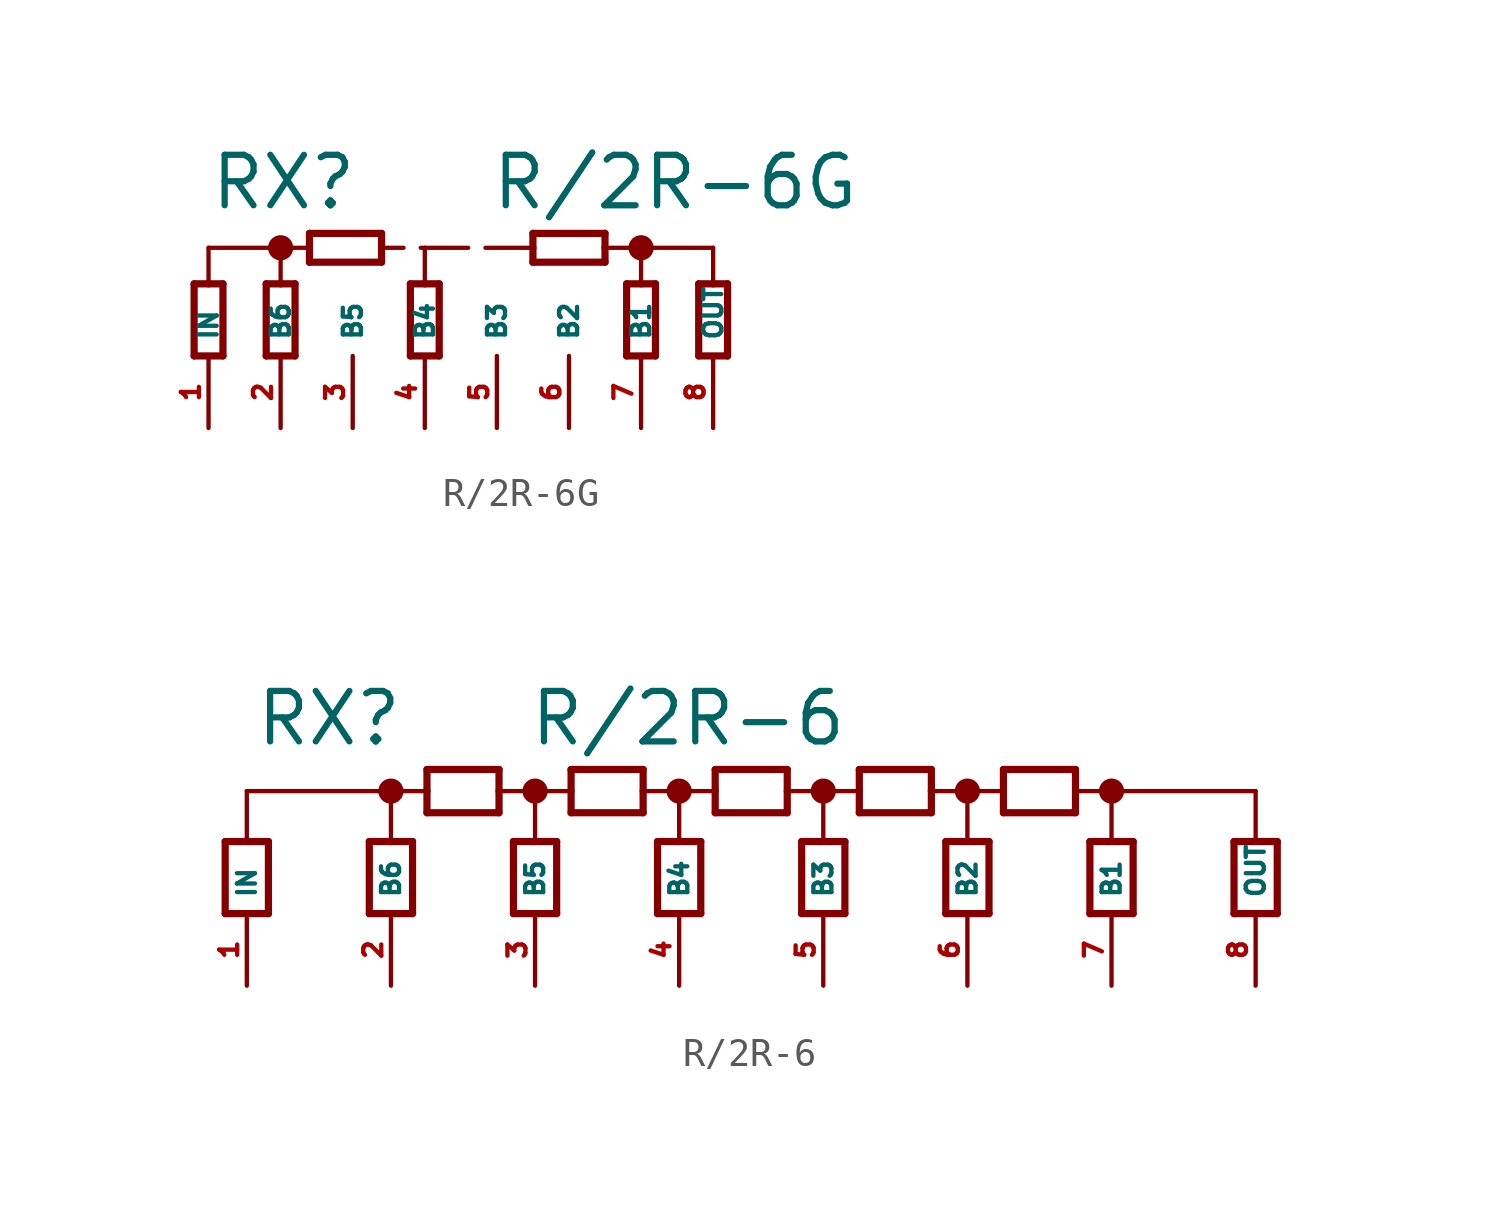
<source format=kicad_sym>
(kicad_symbol_lib
  (version 20220914)
  (generator Eagle2Kicad)
  (symbol "R/2R-6G"
    (property "Reference" "RX"
      (at -10.16 2.54 0)
      (effects (font (size 1.778 1.778) (thickness 0.22)) (justify left bottom)))
    (property "Value" "R/2R-6G"
      (at -0.254 2.54 0)
      (effects (font (size 1.778 1.778) (thickness 0.22)) (justify left bottom)))
    (polyline
      (pts (xy 4.572 -2.54) (xy 4.572 0))
      (stroke (width 0.254) (type default))
      (fill (type none)))
    (polyline
      (pts (xy 5.588 0) (xy 5.588 -2.54))
      (stroke (width 0.254) (type default))
      (fill (type none)))
    (polyline
      (pts (xy 4.572 0) (xy 5.08 0))
      (stroke (width 0.254) (type default))
      (fill (type none)))
    (polyline
      (pts (xy 5.08 0) (xy 5.588 0))
      (stroke (width 0.254) (type default))
      (fill (type none)))
    (polyline
      (pts (xy 5.588 -2.54) (xy 4.572 -2.54))
      (stroke (width 0.254) (type default))
      (fill (type none)))
    (polyline
      (pts (xy 1.27 1.778) (xy 3.81 1.778))
      (stroke (width 0.254) (type default))
      (fill (type none)))
    (polyline
      (pts (xy 3.81 0.762) (xy 1.27 0.762))
      (stroke (width 0.254) (type default))
      (fill (type none)))
    (polyline
      (pts (xy 3.81 1.778) (xy 3.81 1.27))
      (stroke (width 0.254) (type default))
      (fill (type none)))
    (polyline
      (pts (xy 3.81 1.27) (xy 3.81 0.762))
      (stroke (width 0.254) (type default))
      (fill (type none)))
    (polyline
      (pts (xy 1.27 0.762) (xy 1.27 1.27))
      (stroke (width 0.254) (type default))
      (fill (type none)))
    (polyline
      (pts (xy 1.27 1.27) (xy 1.27 1.778))
      (stroke (width 0.254) (type default))
      (fill (type none)))
    (polyline
      (pts (xy 3.81 1.27) (xy 5.08 1.27))
      (stroke (width 0.152) (type default))
      (fill (type none)))
    (polyline
      (pts (xy 5.08 1.27) (xy 7.62 1.27))
      (stroke (width 0.152) (type default))
      (fill (type none)))
    (polyline
      (pts (xy 7.62 0) (xy 7.62 1.27))
      (stroke (width 0.152) (type default))
      (fill (type none)))
    (polyline
      (pts (xy 5.08 0) (xy 5.08 1.27))
      (stroke (width 0.152) (type default))
      (fill (type none)))
    (polyline
      (pts (xy -7.62 1.27) (xy -10.16 1.27))
      (stroke (width 0.152) (type default))
      (fill (type none)))
    (polyline
      (pts (xy -10.16 0) (xy -10.16 1.27))
      (stroke (width 0.152) (type default))
      (fill (type none)))
    (polyline
      (pts (xy -6.604 1.778) (xy -4.064 1.778))
      (stroke (width 0.254) (type default))
      (fill (type none)))
    (polyline
      (pts (xy -4.064 0.762) (xy -6.604 0.762))
      (stroke (width 0.254) (type default))
      (fill (type none)))
    (polyline
      (pts (xy -4.064 1.778) (xy -4.064 1.27))
      (stroke (width 0.254) (type default))
      (fill (type none)))
    (polyline
      (pts (xy -4.064 1.27) (xy -4.064 0.762))
      (stroke (width 0.254) (type default))
      (fill (type none)))
    (polyline
      (pts (xy -6.604 0.762) (xy -6.604 1.27))
      (stroke (width 0.254) (type default))
      (fill (type none)))
    (polyline
      (pts (xy -6.604 1.27) (xy -6.604 1.778))
      (stroke (width 0.254) (type default))
      (fill (type none)))
    (polyline
      (pts (xy -7.62 1.27) (xy -6.604 1.27))
      (stroke (width 0.152) (type default))
      (fill (type none)))
    (polyline
      (pts (xy -7.62 0) (xy -7.62 1.27))
      (stroke (width 0.152) (type default))
      (fill (type none)))
    (polyline
      (pts (xy 7.112 -2.54) (xy 7.112 0))
      (stroke (width 0.254) (type default))
      (fill (type none)))
    (polyline
      (pts (xy 8.128 0) (xy 8.128 -2.54))
      (stroke (width 0.254) (type default))
      (fill (type none)))
    (polyline
      (pts (xy 7.112 0) (xy 7.62 0))
      (stroke (width 0.254) (type default))
      (fill (type none)))
    (polyline
      (pts (xy 7.62 0) (xy 8.128 0))
      (stroke (width 0.254) (type default))
      (fill (type none)))
    (polyline
      (pts (xy 8.128 -2.54) (xy 7.112 -2.54))
      (stroke (width 0.254) (type default))
      (fill (type none)))
    (polyline
      (pts (xy -10.668 -2.54) (xy -10.668 0))
      (stroke (width 0.254) (type default))
      (fill (type none)))
    (polyline
      (pts (xy -9.652 0) (xy -9.652 -2.54))
      (stroke (width 0.254) (type default))
      (fill (type none)))
    (polyline
      (pts (xy -10.668 0) (xy -10.16 0))
      (stroke (width 0.254) (type default))
      (fill (type none)))
    (polyline
      (pts (xy -10.16 0) (xy -9.652 0))
      (stroke (width 0.254) (type default))
      (fill (type none)))
    (polyline
      (pts (xy -9.652 -2.54) (xy -10.668 -2.54))
      (stroke (width 0.254) (type default))
      (fill (type none)))
    (polyline
      (pts (xy -8.128 -2.54) (xy -8.128 0))
      (stroke (width 0.254) (type default))
      (fill (type none)))
    (polyline
      (pts (xy -7.112 0) (xy -7.112 -2.54))
      (stroke (width 0.254) (type default))
      (fill (type none)))
    (polyline
      (pts (xy -8.128 0) (xy -7.62 0))
      (stroke (width 0.254) (type default))
      (fill (type none)))
    (polyline
      (pts (xy -7.62 0) (xy -7.112 0))
      (stroke (width 0.254) (type default))
      (fill (type none)))
    (polyline
      (pts (xy -7.112 -2.54) (xy -8.128 -2.54))
      (stroke (width 0.254) (type default))
      (fill (type none)))
    (polyline
      (pts (xy 1.27 1.27) (xy -4.064 1.27))
      (stroke (width 0.152) (type dash))
      (fill (type none)))
    (polyline
      (pts (xy -3.048 -2.54) (xy -3.048 0))
      (stroke (width 0.254) (type default))
      (fill (type none)))
    (polyline
      (pts (xy -2.032 0) (xy -2.032 -2.54))
      (stroke (width 0.254) (type default))
      (fill (type none)))
    (polyline
      (pts (xy -3.048 0) (xy -2.54 0))
      (stroke (width 0.254) (type default))
      (fill (type none)))
    (polyline
      (pts (xy -2.54 0) (xy -2.032 0))
      (stroke (width 0.254) (type default))
      (fill (type none)))
    (polyline
      (pts (xy -2.032 -2.54) (xy -3.048 -2.54))
      (stroke (width 0.254) (type default))
      (fill (type none)))
    (polyline
      (pts (xy -2.54 0) (xy -2.54 1.27))
      (stroke (width 0.152) (type default))
      (fill (type none)))
    (circle
      (center 5.08 1.27)
      (radius 0.254)
      (stroke (width 0.381) (type default))
      (fill (type none)))
    (circle
      (center -7.62 1.27)
      (radius 0.254)
      (stroke (width 0.381) (type default))
      (fill (type none)))
    (pin passive line
      (at 7.62 -5.08 90)
      (length 2.54)
      (name "OUT" (effects (font (size 0.635 0.635) (thickness 0.08)) (justify left bottom)))
      (number "8" (effects (font (size 0.635 0.635) (thickness 0.08)) (justify left bottom))))
    (pin passive line
      (at 5.08 -5.08 90)
      (length 2.54)
      (name "B1" (effects (font (size 0.635 0.635) (thickness 0.08)) (justify left bottom)))
      (number "7" (effects (font (size 0.635 0.635) (thickness 0.08)) (justify left bottom))))
    (pin passive line
      (at 2.54 -5.08 90)
      (length 2.54)
      (name "B2" (effects (font (size 0.635 0.635) (thickness 0.08)) (justify left bottom)))
      (number "6" (effects (font (size 0.635 0.635) (thickness 0.08)) (justify left bottom))))
    (pin passive line
      (at 0 -5.08 90)
      (length 2.54)
      (name "B3" (effects (font (size 0.635 0.635) (thickness 0.08)) (justify left bottom)))
      (number "5" (effects (font (size 0.635 0.635) (thickness 0.08)) (justify left bottom))))
    (pin passive line
      (at -2.54 -5.08 90)
      (length 2.54)
      (name "B4" (effects (font (size 0.635 0.635) (thickness 0.08)) (justify left bottom)))
      (number "4" (effects (font (size 0.635 0.635) (thickness 0.08)) (justify left bottom))))
    (pin passive line
      (at -5.08 -5.08 90)
      (length 2.54)
      (name "B5" (effects (font (size 0.635 0.635) (thickness 0.08)) (justify left bottom)))
      (number "3" (effects (font (size 0.635 0.635) (thickness 0.08)) (justify left bottom))))
    (pin passive line
      (at -7.62 -5.08 90)
      (length 2.54)
      (name "B6" (effects (font (size 0.635 0.635) (thickness 0.08)) (justify left bottom)))
      (number "2" (effects (font (size 0.635 0.635) (thickness 0.08)) (justify left bottom))))
    (pin passive line
      (at -10.16 -5.08 90)
      (length 2.54)
      (name "IN" (effects (font (size 0.635 0.635) (thickness 0.08)) (justify left bottom)))
      (number "1" (effects (font (size 0.635 0.635) (thickness 0.08)) (justify left bottom)))))
  (symbol "R/2R-6"
    (property "Reference" "RX"
      (at -17.526 3.302 0)
      (effects (font (size 1.778 1.778) (thickness 0.22)) (justify left bottom)))
    (property "Value" "R/2R-6"
      (at -7.874 3.302 0)
      (effects (font (size 1.778 1.778) (thickness 0.22)) (justify left bottom)))
    (polyline
      (pts (xy 12.7 1.778) (xy 17.78 1.778))
      (stroke (width 0.152) (type default))
      (fill (type none)))
    (polyline
      (pts (xy 17.018 -2.54) (xy 17.018 0))
      (stroke (width 0.254) (type default))
      (fill (type none)))
    (polyline
      (pts (xy 18.542 0) (xy 18.542 -2.54))
      (stroke (width 0.254) (type default))
      (fill (type none)))
    (polyline
      (pts (xy 17.018 0) (xy 17.78 0))
      (stroke (width 0.254) (type default))
      (fill (type none)))
    (polyline
      (pts (xy 17.78 0) (xy 18.542 0))
      (stroke (width 0.254) (type default))
      (fill (type none)))
    (polyline
      (pts (xy 18.542 -2.54) (xy 17.018 -2.54))
      (stroke (width 0.254) (type default))
      (fill (type none)))
    (polyline
      (pts (xy 17.78 0) (xy 17.78 1.778))
      (stroke (width 0.152) (type default))
      (fill (type none)))
    (polyline
      (pts (xy 11.938 -2.54) (xy 11.938 0))
      (stroke (width 0.254) (type default))
      (fill (type none)))
    (polyline
      (pts (xy 13.462 0) (xy 13.462 -2.54))
      (stroke (width 0.254) (type default))
      (fill (type none)))
    (polyline
      (pts (xy 11.938 0) (xy 12.7 0))
      (stroke (width 0.254) (type default))
      (fill (type none)))
    (polyline
      (pts (xy 12.7 0) (xy 13.462 0))
      (stroke (width 0.254) (type default))
      (fill (type none)))
    (polyline
      (pts (xy 13.462 -2.54) (xy 11.938 -2.54))
      (stroke (width 0.254) (type default))
      (fill (type none)))
    (polyline
      (pts (xy 8.89 2.54) (xy 11.43 2.54))
      (stroke (width 0.254) (type default))
      (fill (type none)))
    (polyline
      (pts (xy 11.43 1.016) (xy 8.89 1.016))
      (stroke (width 0.254) (type default))
      (fill (type none)))
    (polyline
      (pts (xy 11.43 2.54) (xy 11.43 1.778))
      (stroke (width 0.254) (type default))
      (fill (type none)))
    (polyline
      (pts (xy 11.43 1.778) (xy 11.43 1.016))
      (stroke (width 0.254) (type default))
      (fill (type none)))
    (polyline
      (pts (xy 8.89 1.016) (xy 8.89 1.778))
      (stroke (width 0.254) (type default))
      (fill (type none)))
    (polyline
      (pts (xy 8.89 1.778) (xy 8.89 2.54))
      (stroke (width 0.254) (type default))
      (fill (type none)))
    (polyline
      (pts (xy 11.43 1.778) (xy 12.7 1.778))
      (stroke (width 0.152) (type default))
      (fill (type none)))
    (polyline
      (pts (xy 12.7 0) (xy 12.7 1.778))
      (stroke (width 0.152) (type default))
      (fill (type none)))
    (polyline
      (pts (xy 7.62 1.778) (xy 8.89 1.778))
      (stroke (width 0.152) (type default))
      (fill (type none)))
    (polyline
      (pts (xy 6.858 -2.54) (xy 6.858 0))
      (stroke (width 0.254) (type default))
      (fill (type none)))
    (polyline
      (pts (xy 8.382 0) (xy 8.382 -2.54))
      (stroke (width 0.254) (type default))
      (fill (type none)))
    (polyline
      (pts (xy 6.858 0) (xy 7.62 0))
      (stroke (width 0.254) (type default))
      (fill (type none)))
    (polyline
      (pts (xy 7.62 0) (xy 8.382 0))
      (stroke (width 0.254) (type default))
      (fill (type none)))
    (polyline
      (pts (xy 8.382 -2.54) (xy 6.858 -2.54))
      (stroke (width 0.254) (type default))
      (fill (type none)))
    (polyline
      (pts (xy 3.81 2.54) (xy 6.35 2.54))
      (stroke (width 0.254) (type default))
      (fill (type none)))
    (polyline
      (pts (xy 6.35 1.016) (xy 3.81 1.016))
      (stroke (width 0.254) (type default))
      (fill (type none)))
    (polyline
      (pts (xy 6.35 2.54) (xy 6.35 1.778))
      (stroke (width 0.254) (type default))
      (fill (type none)))
    (polyline
      (pts (xy 6.35 1.778) (xy 6.35 1.016))
      (stroke (width 0.254) (type default))
      (fill (type none)))
    (polyline
      (pts (xy 3.81 1.016) (xy 3.81 1.778))
      (stroke (width 0.254) (type default))
      (fill (type none)))
    (polyline
      (pts (xy 3.81 1.778) (xy 3.81 2.54))
      (stroke (width 0.254) (type default))
      (fill (type none)))
    (polyline
      (pts (xy 6.35 1.778) (xy 7.62 1.778))
      (stroke (width 0.152) (type default))
      (fill (type none)))
    (polyline
      (pts (xy 7.62 0) (xy 7.62 1.778))
      (stroke (width 0.152) (type default))
      (fill (type none)))
    (polyline
      (pts (xy 2.54 1.778) (xy 3.81 1.778))
      (stroke (width 0.152) (type default))
      (fill (type none)))
    (polyline
      (pts (xy 1.778 -2.54) (xy 1.778 0))
      (stroke (width 0.254) (type default))
      (fill (type none)))
    (polyline
      (pts (xy 3.302 0) (xy 3.302 -2.54))
      (stroke (width 0.254) (type default))
      (fill (type none)))
    (polyline
      (pts (xy 1.778 0) (xy 2.54 0))
      (stroke (width 0.254) (type default))
      (fill (type none)))
    (polyline
      (pts (xy 2.54 0) (xy 3.302 0))
      (stroke (width 0.254) (type default))
      (fill (type none)))
    (polyline
      (pts (xy 3.302 -2.54) (xy 1.778 -2.54))
      (stroke (width 0.254) (type default))
      (fill (type none)))
    (polyline
      (pts (xy -1.27 2.54) (xy 1.27 2.54))
      (stroke (width 0.254) (type default))
      (fill (type none)))
    (polyline
      (pts (xy 1.27 1.016) (xy -1.27 1.016))
      (stroke (width 0.254) (type default))
      (fill (type none)))
    (polyline
      (pts (xy 1.27 2.54) (xy 1.27 1.778))
      (stroke (width 0.254) (type default))
      (fill (type none)))
    (polyline
      (pts (xy 1.27 1.778) (xy 1.27 1.016))
      (stroke (width 0.254) (type default))
      (fill (type none)))
    (polyline
      (pts (xy -1.27 1.016) (xy -1.27 1.778))
      (stroke (width 0.254) (type default))
      (fill (type none)))
    (polyline
      (pts (xy -1.27 1.778) (xy -1.27 2.54))
      (stroke (width 0.254) (type default))
      (fill (type none)))
    (polyline
      (pts (xy 1.27 1.778) (xy 2.54 1.778))
      (stroke (width 0.152) (type default))
      (fill (type none)))
    (polyline
      (pts (xy 2.54 0) (xy 2.54 1.778))
      (stroke (width 0.152) (type default))
      (fill (type none)))
    (polyline
      (pts (xy -2.54 1.778) (xy -1.27 1.778))
      (stroke (width 0.152) (type default))
      (fill (type none)))
    (polyline
      (pts (xy -3.302 -2.54) (xy -3.302 0))
      (stroke (width 0.254) (type default))
      (fill (type none)))
    (polyline
      (pts (xy -1.778 0) (xy -1.778 -2.54))
      (stroke (width 0.254) (type default))
      (fill (type none)))
    (polyline
      (pts (xy -3.302 0) (xy -2.54 0))
      (stroke (width 0.254) (type default))
      (fill (type none)))
    (polyline
      (pts (xy -2.54 0) (xy -1.778 0))
      (stroke (width 0.254) (type default))
      (fill (type none)))
    (polyline
      (pts (xy -1.778 -2.54) (xy -3.302 -2.54))
      (stroke (width 0.254) (type default))
      (fill (type none)))
    (polyline
      (pts (xy -6.35 2.54) (xy -3.81 2.54))
      (stroke (width 0.254) (type default))
      (fill (type none)))
    (polyline
      (pts (xy -3.81 1.016) (xy -6.35 1.016))
      (stroke (width 0.254) (type default))
      (fill (type none)))
    (polyline
      (pts (xy -3.81 2.54) (xy -3.81 1.778))
      (stroke (width 0.254) (type default))
      (fill (type none)))
    (polyline
      (pts (xy -3.81 1.778) (xy -3.81 1.016))
      (stroke (width 0.254) (type default))
      (fill (type none)))
    (polyline
      (pts (xy -6.35 1.016) (xy -6.35 1.778))
      (stroke (width 0.254) (type default))
      (fill (type none)))
    (polyline
      (pts (xy -6.35 1.778) (xy -6.35 2.54))
      (stroke (width 0.254) (type default))
      (fill (type none)))
    (polyline
      (pts (xy -3.81 1.778) (xy -2.54 1.778))
      (stroke (width 0.152) (type default))
      (fill (type none)))
    (polyline
      (pts (xy -2.54 0) (xy -2.54 1.778))
      (stroke (width 0.152) (type default))
      (fill (type none)))
    (polyline
      (pts (xy -7.62 1.778) (xy -6.35 1.778))
      (stroke (width 0.152) (type default))
      (fill (type none)))
    (polyline
      (pts (xy -8.382 -2.54) (xy -8.382 0))
      (stroke (width 0.254) (type default))
      (fill (type none)))
    (polyline
      (pts (xy -6.858 0) (xy -6.858 -2.54))
      (stroke (width 0.254) (type default))
      (fill (type none)))
    (polyline
      (pts (xy -8.382 0) (xy -7.62 0))
      (stroke (width 0.254) (type default))
      (fill (type none)))
    (polyline
      (pts (xy -7.62 0) (xy -6.858 0))
      (stroke (width 0.254) (type default))
      (fill (type none)))
    (polyline
      (pts (xy -6.858 -2.54) (xy -8.382 -2.54))
      (stroke (width 0.254) (type default))
      (fill (type none)))
    (polyline
      (pts (xy -11.43 2.54) (xy -8.89 2.54))
      (stroke (width 0.254) (type default))
      (fill (type none)))
    (polyline
      (pts (xy -8.89 1.016) (xy -11.43 1.016))
      (stroke (width 0.254) (type default))
      (fill (type none)))
    (polyline
      (pts (xy -8.89 2.54) (xy -8.89 1.778))
      (stroke (width 0.254) (type default))
      (fill (type none)))
    (polyline
      (pts (xy -8.89 1.778) (xy -8.89 1.016))
      (stroke (width 0.254) (type default))
      (fill (type none)))
    (polyline
      (pts (xy -11.43 1.016) (xy -11.43 1.778))
      (stroke (width 0.254) (type default))
      (fill (type none)))
    (polyline
      (pts (xy -11.43 1.778) (xy -11.43 2.54))
      (stroke (width 0.254) (type default))
      (fill (type none)))
    (polyline
      (pts (xy -8.89 1.778) (xy -7.62 1.778))
      (stroke (width 0.152) (type default))
      (fill (type none)))
    (polyline
      (pts (xy -7.62 0) (xy -7.62 1.778))
      (stroke (width 0.152) (type default))
      (fill (type none)))
    (polyline
      (pts (xy -12.7 1.778) (xy -11.43 1.778))
      (stroke (width 0.152) (type default))
      (fill (type none)))
    (polyline
      (pts (xy -13.462 -2.54) (xy -13.462 0))
      (stroke (width 0.254) (type default))
      (fill (type none)))
    (polyline
      (pts (xy -11.938 0) (xy -11.938 -2.54))
      (stroke (width 0.254) (type default))
      (fill (type none)))
    (polyline
      (pts (xy -13.462 0) (xy -12.7 0))
      (stroke (width 0.254) (type default))
      (fill (type none)))
    (polyline
      (pts (xy -12.7 0) (xy -11.938 0))
      (stroke (width 0.254) (type default))
      (fill (type none)))
    (polyline
      (pts (xy -11.938 -2.54) (xy -13.462 -2.54))
      (stroke (width 0.254) (type default))
      (fill (type none)))
    (polyline
      (pts (xy -12.7 0) (xy -12.7 1.778))
      (stroke (width 0.152) (type default))
      (fill (type none)))
    (polyline
      (pts (xy -12.7 1.778) (xy -17.78 1.778))
      (stroke (width 0.152) (type default))
      (fill (type none)))
    (polyline
      (pts (xy -17.018 -2.54) (xy -17.018 0))
      (stroke (width 0.254) (type default))
      (fill (type none)))
    (polyline
      (pts (xy -18.542 0) (xy -18.542 -2.54))
      (stroke (width 0.254) (type default))
      (fill (type none)))
    (polyline
      (pts (xy -17.018 0) (xy -17.78 0))
      (stroke (width 0.254) (type default))
      (fill (type none)))
    (polyline
      (pts (xy -17.78 0) (xy -18.542 0))
      (stroke (width 0.254) (type default))
      (fill (type none)))
    (polyline
      (pts (xy -18.542 -2.54) (xy -17.018 -2.54))
      (stroke (width 0.254) (type default))
      (fill (type none)))
    (polyline
      (pts (xy -17.78 0) (xy -17.78 1.778))
      (stroke (width 0.152) (type default))
      (fill (type none)))
    (circle
      (center 12.7 1.778)
      (radius 0.254)
      (stroke (width 0.381) (type default))
      (fill (type none)))
    (circle
      (center 7.62 1.778)
      (radius 0.254)
      (stroke (width 0.381) (type default))
      (fill (type none)))
    (circle
      (center 2.54 1.778)
      (radius 0.254)
      (stroke (width 0.381) (type default))
      (fill (type none)))
    (circle
      (center -2.54 1.778)
      (radius 0.254)
      (stroke (width 0.381) (type default))
      (fill (type none)))
    (circle
      (center -7.62 1.778)
      (radius 0.254)
      (stroke (width 0.381) (type default))
      (fill (type none)))
    (circle
      (center -12.7 1.778)
      (radius 0.254)
      (stroke (width 0.381) (type default))
      (fill (type none)))
    (pin passive line
      (at 17.78 -5.08 90)
      (length 2.54)
      (name "OUT" (effects (font (size 0.635 0.635) (thickness 0.08)) (justify left bottom)))
      (number "8" (effects (font (size 0.635 0.635) (thickness 0.08)) (justify left bottom))))
    (pin passive line
      (at 12.7 -5.08 90)
      (length 2.54)
      (name "B1" (effects (font (size 0.635 0.635) (thickness 0.08)) (justify left bottom)))
      (number "7" (effects (font (size 0.635 0.635) (thickness 0.08)) (justify left bottom))))
    (pin passive line
      (at 7.62 -5.08 90)
      (length 2.54)
      (name "B2" (effects (font (size 0.635 0.635) (thickness 0.08)) (justify left bottom)))
      (number "6" (effects (font (size 0.635 0.635) (thickness 0.08)) (justify left bottom))))
    (pin passive line
      (at 2.54 -5.08 90)
      (length 2.54)
      (name "B3" (effects (font (size 0.635 0.635) (thickness 0.08)) (justify left bottom)))
      (number "5" (effects (font (size 0.635 0.635) (thickness 0.08)) (justify left bottom))))
    (pin passive line
      (at -2.54 -5.08 90)
      (length 2.54)
      (name "B4" (effects (font (size 0.635 0.635) (thickness 0.08)) (justify left bottom)))
      (number "4" (effects (font (size 0.635 0.635) (thickness 0.08)) (justify left bottom))))
    (pin passive line
      (at -7.62 -5.08 90)
      (length 2.54)
      (name "B5" (effects (font (size 0.635 0.635) (thickness 0.08)) (justify left bottom)))
      (number "3" (effects (font (size 0.635 0.635) (thickness 0.08)) (justify left bottom))))
    (pin passive line
      (at -12.7 -5.08 90)
      (length 2.54)
      (name "B6" (effects (font (size 0.635 0.635) (thickness 0.08)) (justify left bottom)))
      (number "2" (effects (font (size 0.635 0.635) (thickness 0.08)) (justify left bottom))))
    (pin passive line
      (at -17.78 -5.08 90)
      (length 2.54)
      (name "IN" (effects (font (size 0.635 0.635) (thickness 0.08)) (justify left bottom)))
      (number "1" (effects (font (size 0.635 0.635) (thickness 0.08)) (justify left bottom))))))
</source>
